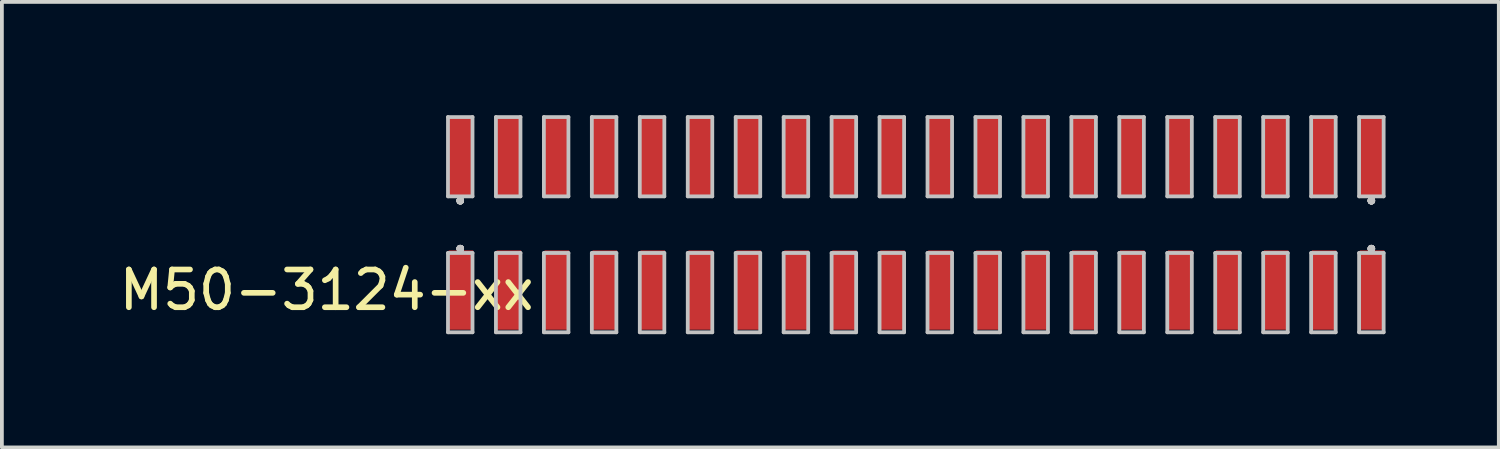
<source format=kicad_pcb>
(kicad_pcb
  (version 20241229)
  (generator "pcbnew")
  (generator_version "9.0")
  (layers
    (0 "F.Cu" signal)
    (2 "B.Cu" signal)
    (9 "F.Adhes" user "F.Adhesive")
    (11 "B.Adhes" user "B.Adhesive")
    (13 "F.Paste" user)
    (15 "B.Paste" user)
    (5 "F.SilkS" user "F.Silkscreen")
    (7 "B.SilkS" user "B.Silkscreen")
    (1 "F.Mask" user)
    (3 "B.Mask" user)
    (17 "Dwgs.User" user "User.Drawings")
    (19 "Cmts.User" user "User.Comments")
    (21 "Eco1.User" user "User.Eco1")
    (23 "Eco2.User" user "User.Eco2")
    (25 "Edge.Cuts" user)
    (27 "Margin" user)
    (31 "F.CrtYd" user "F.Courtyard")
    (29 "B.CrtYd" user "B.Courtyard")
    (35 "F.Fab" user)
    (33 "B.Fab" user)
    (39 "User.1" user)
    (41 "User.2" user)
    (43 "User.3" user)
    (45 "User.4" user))
  (footprint "M50-3124-xx"
    (layer "F.Cu")
    (at 9.157 3.616)
    (property "Reference" "M50-3124-xx" (at -3.556 1.016 0) (layer "F.SilkS") (effects (font (size 1 1) (thickness 0.15))))
    (attr through_hole)
    (fp_line (start -0.343 -3.566) (end 0.307 -3.566) (stroke (width 0.1) (type solid)) (layer "Dwgs.User"))
    (fp_line (start -0.343 -1.466) (end -0.343 -3.566) (stroke (width 0.1) (type solid)) (layer "Dwgs.User"))
    (fp_line (start -0.343 0.034) (end 0.307 0.034) (stroke (width 0.1) (type solid)) (layer "Dwgs.User"))
    (fp_line (start -0.343 2.134) (end -0.343 0.034) (stroke (width 0.1) (type solid)) (layer "Dwgs.User"))
    (fp_line (start -0.068 -1.357) (end -0.067 -1.36) (stroke (width 0.1) (type solid)) (layer "Dwgs.User"))
    (fp_line (start -0.068 -1.345) (end -0.068 -1.357) (stroke (width 0.1) (type solid)) (layer "Dwgs.User"))
    (fp_line (start -0.068 -0.087) (end -0.067 -0.09) (stroke (width 0.1) (type solid)) (layer "Dwgs.User"))
    (fp_line (start -0.068 -0.075) (end -0.068 -0.087) (stroke (width 0.1) (type solid)) (layer "Dwgs.User"))
    (fp_line (start -0.067 -1.36) (end -0.066 -1.363) (stroke (width 0.1) (type solid)) (layer "Dwgs.User"))
    (fp_line (start -0.067 -0.09) (end -0.066 -0.093) (stroke (width 0.1) (type solid)) (layer "Dwgs.User"))
    (fp_line (start -0.066 -1.366) (end -0.064 -1.369) (stroke (width 0.1) (type solid)) (layer "Dwgs.User"))
    (fp_line (start -0.066 -1.363) (end -0.066 -1.366) (stroke (width 0.1) (type solid)) (layer "Dwgs.User"))
    (fp_line (start -0.066 -1.339) (end -0.068 -1.345) (stroke (width 0.1) (type solid)) (layer "Dwgs.User"))
    (fp_line (start -0.066 -1.336) (end -0.066 -1.339) (stroke (width 0.1) (type solid)) (layer "Dwgs.User"))
    (fp_line (start -0.066 -0.096) (end -0.064 -0.099) (stroke (width 0.1) (type solid)) (layer "Dwgs.User"))
    (fp_line (start -0.066 -0.093) (end -0.066 -0.096) (stroke (width 0.1) (type solid)) (layer "Dwgs.User"))
    (fp_line (start -0.066 -0.069) (end -0.068 -0.075) (stroke (width 0.1) (type solid)) (layer "Dwgs.User"))
    (fp_line (start -0.066 -0.066) (end -0.066 -0.069) (stroke (width 0.1) (type solid)) (layer "Dwgs.User"))
    (fp_line (start -0.064 -1.369) (end -0.062 -1.375) (stroke (width 0.1) (type solid)) (layer "Dwgs.User"))
    (fp_line (start -0.064 -1.333) (end -0.066 -1.336) (stroke (width 0.1) (type solid)) (layer "Dwgs.User"))
    (fp_line (start -0.064 -0.099) (end -0.062 -0.105) (stroke (width 0.1) (type solid)) (layer "Dwgs.User"))
    (fp_line (start -0.064 -0.063) (end -0.066 -0.066) (stroke (width 0.1) (type solid)) (layer "Dwgs.User"))
    (fp_line (start -0.062 -1.375) (end -0.06 -1.378) (stroke (width 0.1) (type solid)) (layer "Dwgs.User"))
    (fp_line (start -0.062 -1.327) (end -0.064 -1.333) (stroke (width 0.1) (type solid)) (layer "Dwgs.User"))
    (fp_line (start -0.062 -0.105) (end -0.06 -0.108) (stroke (width 0.1) (type solid)) (layer "Dwgs.User"))
    (fp_line (start -0.062 -0.057) (end -0.064 -0.063) (stroke (width 0.1) (type solid)) (layer "Dwgs.User"))
    (fp_line (start -0.06 -1.378) (end -0.058 -1.38) (stroke (width 0.1) (type solid)) (layer "Dwgs.User"))
    (fp_line (start -0.06 -1.324) (end -0.062 -1.327) (stroke (width 0.1) (type solid)) (layer "Dwgs.User"))
    (fp_line (start -0.06 -0.108) (end -0.058 -0.11) (stroke (width 0.1) (type solid)) (layer "Dwgs.User"))
    (fp_line (start -0.06 -0.054) (end -0.062 -0.057) (stroke (width 0.1) (type solid)) (layer "Dwgs.User"))
    (fp_line (start -0.058 -1.38) (end -0.057 -1.383) (stroke (width 0.1) (type solid)) (layer "Dwgs.User"))
    (fp_line (start -0.058 -1.322) (end -0.06 -1.324) (stroke (width 0.1) (type solid)) (layer "Dwgs.User"))
    (fp_line (start -0.058 -0.11) (end -0.057 -0.113) (stroke (width 0.1) (type solid)) (layer "Dwgs.User"))
    (fp_line (start -0.058 -0.052) (end -0.06 -0.054) (stroke (width 0.1) (type solid)) (layer "Dwgs.User"))
    (fp_line (start -0.057 -1.383) (end -0.054 -1.385) (stroke (width 0.1) (type solid)) (layer "Dwgs.User"))
    (fp_line (start -0.057 -1.319) (end -0.058 -1.322) (stroke (width 0.1) (type solid)) (layer "Dwgs.User"))
    (fp_line (start -0.057 -0.113) (end -0.054 -0.115) (stroke (width 0.1) (type solid)) (layer "Dwgs.User"))
    (fp_line (start -0.057 -0.049) (end -0.058 -0.052) (stroke (width 0.1) (type solid)) (layer "Dwgs.User"))
    (fp_line (start -0.054 -1.385) (end -0.052 -1.387) (stroke (width 0.1) (type solid)) (layer "Dwgs.User"))
    (fp_line (start -0.054 -1.317) (end -0.057 -1.319) (stroke (width 0.1) (type solid)) (layer "Dwgs.User"))
    (fp_line (start -0.054 -0.115) (end -0.052 -0.117) (stroke (width 0.1) (type solid)) (layer "Dwgs.User"))
    (fp_line (start -0.054 -0.047) (end -0.057 -0.049) (stroke (width 0.1) (type solid)) (layer "Dwgs.User"))
    (fp_line (start -0.052 -1.387) (end -0.05 -1.39) (stroke (width 0.1) (type solid)) (layer "Dwgs.User"))
    (fp_line (start -0.052 -1.315) (end -0.054 -1.317) (stroke (width 0.1) (type solid)) (layer "Dwgs.User"))
    (fp_line (start -0.052 -0.117) (end -0.05 -0.12) (stroke (width 0.1) (type solid)) (layer "Dwgs.User"))
    (fp_line (start -0.052 -0.045) (end -0.054 -0.047) (stroke (width 0.1) (type solid)) (layer "Dwgs.User"))
    (fp_line (start -0.05 -1.39) (end -0.047 -1.391) (stroke (width 0.1) (type solid)) (layer "Dwgs.User"))
    (fp_line (start -0.05 -1.312) (end -0.052 -1.315) (stroke (width 0.1) (type solid)) (layer "Dwgs.User"))
    (fp_line (start -0.05 -0.12) (end -0.047 -0.121) (stroke (width 0.1) (type solid)) (layer "Dwgs.User"))
    (fp_line (start -0.05 -0.042) (end -0.052 -0.045) (stroke (width 0.1) (type solid)) (layer "Dwgs.User"))
    (fp_line (start -0.047 -1.391) (end -0.045 -1.393) (stroke (width 0.1) (type solid)) (layer "Dwgs.User"))
    (fp_line (start -0.047 -1.311) (end -0.05 -1.312) (stroke (width 0.1) (type solid)) (layer "Dwgs.User"))
    (fp_line (start -0.047 -0.121) (end -0.045 -0.123) (stroke (width 0.1) (type solid)) (layer "Dwgs.User"))
    (fp_line (start -0.047 -0.041) (end -0.05 -0.042) (stroke (width 0.1) (type solid)) (layer "Dwgs.User"))
    (fp_line (start -0.045 -1.393) (end -0.042 -1.395) (stroke (width 0.1) (type solid)) (layer "Dwgs.User"))
    (fp_line (start -0.045 -1.309) (end -0.047 -1.311) (stroke (width 0.1) (type solid)) (layer "Dwgs.User"))
    (fp_line (start -0.045 -0.123) (end -0.042 -0.125) (stroke (width 0.1) (type solid)) (layer "Dwgs.User"))
    (fp_line (start -0.045 -0.039) (end -0.047 -0.041) (stroke (width 0.1) (type solid)) (layer "Dwgs.User"))
    (fp_line (start -0.042 -1.395) (end -0.036 -1.397) (stroke (width 0.1) (type solid)) (layer "Dwgs.User"))
    (fp_line (start -0.042 -1.307) (end -0.045 -1.309) (stroke (width 0.1) (type solid)) (layer "Dwgs.User"))
    (fp_line (start -0.042 -0.125) (end -0.036 -0.127) (stroke (width 0.1) (type solid)) (layer "Dwgs.User"))
    (fp_line (start -0.042 -0.037) (end -0.045 -0.039) (stroke (width 0.1) (type solid)) (layer "Dwgs.User"))
    (fp_line (start -0.036 -1.397) (end -0.033 -1.399) (stroke (width 0.1) (type solid)) (layer "Dwgs.User"))
    (fp_line (start -0.036 -1.305) (end -0.042 -1.307) (stroke (width 0.1) (type solid)) (layer "Dwgs.User"))
    (fp_line (start -0.036 -0.127) (end -0.033 -0.129) (stroke (width 0.1) (type solid)) (layer "Dwgs.User"))
    (fp_line (start -0.036 -0.035) (end -0.042 -0.037) (stroke (width 0.1) (type solid)) (layer "Dwgs.User"))
    (fp_line (start -0.033 -1.399) (end -0.03 -1.399) (stroke (width 0.1) (type solid)) (layer "Dwgs.User"))
    (fp_line (start -0.033 -1.303) (end -0.036 -1.305) (stroke (width 0.1) (type solid)) (layer "Dwgs.User"))
    (fp_line (start -0.033 -0.129) (end -0.03 -0.129) (stroke (width 0.1) (type solid)) (layer "Dwgs.User"))
    (fp_line (start -0.033 -0.033) (end -0.036 -0.035) (stroke (width 0.1) (type solid)) (layer "Dwgs.User"))
    (fp_line (start -0.03 -1.399) (end -0.027 -1.4) (stroke (width 0.1) (type solid)) (layer "Dwgs.User"))
    (fp_line (start -0.03 -1.303) (end -0.033 -1.303) (stroke (width 0.1) (type solid)) (layer "Dwgs.User"))
    (fp_line (start -0.03 -0.129) (end -0.027 -0.13) (stroke (width 0.1) (type solid)) (layer "Dwgs.User"))
    (fp_line (start -0.03 -0.033) (end -0.033 -0.033) (stroke (width 0.1) (type solid)) (layer "Dwgs.User"))
    (fp_line (start -0.027 -1.4) (end -0.024 -1.401) (stroke (width 0.1) (type solid)) (layer "Dwgs.User"))
    (fp_line (start -0.027 -1.302) (end -0.03 -1.303) (stroke (width 0.1) (type solid)) (layer "Dwgs.User"))
    (fp_line (start -0.027 -0.13) (end -0.024 -0.131) (stroke (width 0.1) (type solid)) (layer "Dwgs.User"))
    (fp_line (start -0.027 -0.032) (end -0.03 -0.033) (stroke (width 0.1) (type solid)) (layer "Dwgs.User"))
    (fp_line (start -0.024 -1.401) (end -0.012 -1.401) (stroke (width 0.1) (type solid)) (layer "Dwgs.User"))
    (fp_line (start -0.024 -1.301) (end -0.027 -1.302) (stroke (width 0.1) (type solid)) (layer "Dwgs.User"))
    (fp_line (start -0.024 -0.131) (end -0.012 -0.131) (stroke (width 0.1) (type solid)) (layer "Dwgs.User"))
    (fp_line (start -0.024 -0.031) (end -0.027 -0.032) (stroke (width 0.1) (type solid)) (layer "Dwgs.User"))
    (fp_line (start -0.012 -1.401) (end -0.009 -1.4) (stroke (width 0.1) (type solid)) (layer "Dwgs.User"))
    (fp_line (start -0.012 -1.301) (end -0.024 -1.301) (stroke (width 0.1) (type solid)) (layer "Dwgs.User"))
    (fp_line (start -0.012 -0.131) (end -0.009 -0.13) (stroke (width 0.1) (type solid)) (layer "Dwgs.User"))
    (fp_line (start -0.012 -0.031) (end -0.024 -0.031) (stroke (width 0.1) (type solid)) (layer "Dwgs.User"))
    (fp_line (start -0.009 -1.4) (end -0.006 -1.399) (stroke (width 0.1) (type solid)) (layer "Dwgs.User"))
    (fp_line (start -0.009 -1.302) (end -0.012 -1.301) (stroke (width 0.1) (type solid)) (layer "Dwgs.User"))
    (fp_line (start -0.009 -0.13) (end -0.006 -0.129) (stroke (width 0.1) (type solid)) (layer "Dwgs.User"))
    (fp_line (start -0.009 -0.032) (end -0.012 -0.031) (stroke (width 0.1) (type solid)) (layer "Dwgs.User"))
    (fp_line (start -0.006 -1.399) (end -0.003 -1.399) (stroke (width 0.1) (type solid)) (layer "Dwgs.User"))
    (fp_line (start -0.006 -1.303) (end -0.009 -1.302) (stroke (width 0.1) (type solid)) (layer "Dwgs.User"))
    (fp_line (start -0.006 -0.129) (end -0.003 -0.129) (stroke (width 0.1) (type solid)) (layer "Dwgs.User"))
    (fp_line (start -0.006 -0.033) (end -0.009 -0.032) (stroke (width 0.1) (type solid)) (layer "Dwgs.User"))
    (fp_line (start -0.003 -1.399) (end 0.0001 -1.397) (stroke (width 0.1) (type solid)) (layer "Dwgs.User"))
    (fp_line (start -0.003 -1.303) (end -0.006 -1.303) (stroke (width 0.1) (type solid)) (layer "Dwgs.User"))
    (fp_line (start -0.003 -0.129) (end 0.0001 -0.127) (stroke (width 0.1) (type solid)) (layer "Dwgs.User"))
    (fp_line (start -0.003 -0.033) (end -0.006 -0.033) (stroke (width 0.1) (type solid)) (layer "Dwgs.User"))
    (fp_line (start 0.0001 -1.397) (end 0.006 -1.395) (stroke (width 0.1) (type solid)) (layer "Dwgs.User"))
    (fp_line (start 0.0001 -1.305) (end -0.003 -1.303) (stroke (width 0.1) (type solid)) (layer "Dwgs.User"))
    (fp_line (start 0.0001 -0.127) (end 0.006 -0.125) (stroke (width 0.1) (type solid)) (layer "Dwgs.User"))
    (fp_line (start 0.0001 -0.035) (end -0.003 -0.033) (stroke (width 0.1) (type solid)) (layer "Dwgs.User"))
    (fp_line (start 0.006 -1.395) (end 0.009 -1.393) (stroke (width 0.1) (type solid)) (layer "Dwgs.User"))
    (fp_line (start 0.006 -1.307) (end 0.0001 -1.305) (stroke (width 0.1) (type solid)) (layer "Dwgs.User"))
    (fp_line (start 0.006 -0.125) (end 0.009 -0.123) (stroke (width 0.1) (type solid)) (layer "Dwgs.User"))
    (fp_line (start 0.006 -0.037) (end 0.0001 -0.035) (stroke (width 0.1) (type solid)) (layer "Dwgs.User"))
    (fp_line (start 0.009 -1.393) (end 0.011 -1.391) (stroke (width 0.1) (type solid)) (layer "Dwgs.User"))
    (fp_line (start 0.009 -1.309) (end 0.006 -1.307) (stroke (width 0.1) (type solid)) (layer "Dwgs.User"))
    (fp_line (start 0.009 -0.123) (end 0.011 -0.121) (stroke (width 0.1) (type solid)) (layer "Dwgs.User"))
    (fp_line (start 0.009 -0.039) (end 0.006 -0.037) (stroke (width 0.1) (type solid)) (layer "Dwgs.User"))
    (fp_line (start 0.011 -1.391) (end 0.014 -1.39) (stroke (width 0.1) (type solid)) (layer "Dwgs.User"))
    (fp_line (start 0.011 -1.311) (end 0.009 -1.309) (stroke (width 0.1) (type solid)) (layer "Dwgs.User"))
    (fp_line (start 0.011 -0.121) (end 0.014 -0.12) (stroke (width 0.1) (type solid)) (layer "Dwgs.User"))
    (fp_line (start 0.011 -0.041) (end 0.009 -0.039) (stroke (width 0.1) (type solid)) (layer "Dwgs.User"))
    (fp_line (start 0.014 -1.39) (end 0.016 -1.387) (stroke (width 0.1) (type solid)) (layer "Dwgs.User"))
    (fp_line (start 0.014 -1.312) (end 0.011 -1.311) (stroke (width 0.1) (type solid)) (layer "Dwgs.User"))
    (fp_line (start 0.014 -0.12) (end 0.016 -0.117) (stroke (width 0.1) (type solid)) (layer "Dwgs.User"))
    (fp_line (start 0.014 -0.042) (end 0.011 -0.041) (stroke (width 0.1) (type solid)) (layer "Dwgs.User"))
    (fp_line (start 0.016 -1.387) (end 0.018 -1.385) (stroke (width 0.1) (type solid)) (layer "Dwgs.User"))
    (fp_line (start 0.016 -1.315) (end 0.014 -1.312) (stroke (width 0.1) (type solid)) (layer "Dwgs.User"))
    (fp_line (start 0.016 -0.117) (end 0.018 -0.115) (stroke (width 0.1) (type solid)) (layer "Dwgs.User"))
    (fp_line (start 0.016 -0.045) (end 0.014 -0.042) (stroke (width 0.1) (type solid)) (layer "Dwgs.User"))
    (fp_line (start 0.018 -1.385) (end 0.021 -1.383) (stroke (width 0.1) (type solid)) (layer "Dwgs.User"))
    (fp_line (start 0.018 -1.317) (end 0.016 -1.315) (stroke (width 0.1) (type solid)) (layer "Dwgs.User"))
    (fp_line (start 0.018 -0.115) (end 0.021 -0.113) (stroke (width 0.1) (type solid)) (layer "Dwgs.User"))
    (fp_line (start 0.018 -0.047) (end 0.016 -0.045) (stroke (width 0.1) (type solid)) (layer "Dwgs.User"))
    (fp_line (start 0.021 -1.383) (end 0.022 -1.38) (stroke (width 0.1) (type solid)) (layer "Dwgs.User"))
    (fp_line (start 0.021 -1.319) (end 0.018 -1.317) (stroke (width 0.1) (type solid)) (layer "Dwgs.User"))
    (fp_line (start 0.021 -0.113) (end 0.022 -0.11) (stroke (width 0.1) (type solid)) (layer "Dwgs.User"))
    (fp_line (start 0.021 -0.049) (end 0.018 -0.047) (stroke (width 0.1) (type solid)) (layer "Dwgs.User"))
    (fp_line (start 0.022 -1.38) (end 0.024 -1.378) (stroke (width 0.1) (type solid)) (layer "Dwgs.User"))
    (fp_line (start 0.022 -1.322) (end 0.021 -1.319) (stroke (width 0.1) (type solid)) (layer "Dwgs.User"))
    (fp_line (start 0.022 -0.11) (end 0.024 -0.108) (stroke (width 0.1) (type solid)) (layer "Dwgs.User"))
    (fp_line (start 0.022 -0.052) (end 0.021 -0.049) (stroke (width 0.1) (type solid)) (layer "Dwgs.User"))
    (fp_line (start 0.024 -1.378) (end 0.026 -1.375) (stroke (width 0.1) (type solid)) (layer "Dwgs.User"))
    (fp_line (start 0.024 -1.324) (end 0.022 -1.322) (stroke (width 0.1) (type solid)) (layer "Dwgs.User"))
    (fp_line (start 0.024 -0.108) (end 0.026 -0.105) (stroke (width 0.1) (type solid)) (layer "Dwgs.User"))
    (fp_line (start 0.024 -0.054) (end 0.022 -0.052) (stroke (width 0.1) (type solid)) (layer "Dwgs.User"))
    (fp_line (start 0.026 -1.375) (end 0.028 -1.369) (stroke (width 0.1) (type solid)) (layer "Dwgs.User"))
    (fp_line (start 0.026 -1.327) (end 0.024 -1.324) (stroke (width 0.1) (type solid)) (layer "Dwgs.User"))
    (fp_line (start 0.026 -0.105) (end 0.028 -0.099) (stroke (width 0.1) (type solid)) (layer "Dwgs.User"))
    (fp_line (start 0.026 -0.057) (end 0.024 -0.054) (stroke (width 0.1) (type solid)) (layer "Dwgs.User"))
    (fp_line (start 0.028 -1.369) (end 0.03 -1.366) (stroke (width 0.1) (type solid)) (layer "Dwgs.User"))
    (fp_line (start 0.028 -1.333) (end 0.026 -1.327) (stroke (width 0.1) (type solid)) (layer "Dwgs.User"))
    (fp_line (start 0.028 -0.099) (end 0.03 -0.096) (stroke (width 0.1) (type solid)) (layer "Dwgs.User"))
    (fp_line (start 0.028 -0.063) (end 0.026 -0.057) (stroke (width 0.1) (type solid)) (layer "Dwgs.User"))
    (fp_line (start 0.03 -1.366) (end 0.03 -1.363) (stroke (width 0.1) (type solid)) (layer "Dwgs.User"))
    (fp_line (start 0.03 -1.363) (end 0.031 -1.36) (stroke (width 0.1) (type solid)) (layer "Dwgs.User"))
    (fp_line (start 0.03 -1.339) (end 0.03 -1.336) (stroke (width 0.1) (type solid)) (layer "Dwgs.User"))
    (fp_line (start 0.03 -1.336) (end 0.028 -1.333) (stroke (width 0.1) (type solid)) (layer "Dwgs.User"))
    (fp_line (start 0.03 -0.096) (end 0.03 -0.093) (stroke (width 0.1) (type solid)) (layer "Dwgs.User"))
    (fp_line (start 0.03 -0.093) (end 0.031 -0.09) (stroke (width 0.1) (type solid)) (layer "Dwgs.User"))
    (fp_line (start 0.03 -0.069) (end 0.03 -0.066) (stroke (width 0.1) (type solid)) (layer "Dwgs.User"))
    (fp_line (start 0.03 -0.066) (end 0.028 -0.063) (stroke (width 0.1) (type solid)) (layer "Dwgs.User"))
    (fp_line (start 0.031 -1.36) (end 0.032 -1.357) (stroke (width 0.1) (type solid)) (layer "Dwgs.User"))
    (fp_line (start 0.031 -0.09) (end 0.032 -0.087) (stroke (width 0.1) (type solid)) (layer "Dwgs.User"))
    (fp_line (start 0.032 -1.357) (end 0.032 -1.345) (stroke (width 0.1) (type solid)) (layer "Dwgs.User"))
    (fp_line (start 0.032 -1.345) (end 0.03 -1.339) (stroke (width 0.1) (type solid)) (layer "Dwgs.User"))
    (fp_line (start 0.032 -0.087) (end 0.032 -0.075) (stroke (width 0.1) (type solid)) (layer "Dwgs.User"))
    (fp_line (start 0.032 -0.075) (end 0.03 -0.069) (stroke (width 0.1) (type solid)) (layer "Dwgs.User"))
    (fp_line (start 0.307 -3.566) (end 0.307 -1.466) (stroke (width 0.1) (type solid)) (layer "Dwgs.User"))
    (fp_line (start 0.307 -1.466) (end -0.343 -1.466) (stroke (width 0.1) (type solid)) (layer "Dwgs.User"))
    (fp_line (start 0.307 0.034) (end 0.307 2.134) (stroke (width 0.1) (type solid)) (layer "Dwgs.User"))
    (fp_line (start 0.307 2.134) (end -0.343 2.134) (stroke (width 0.1) (type solid)) (layer "Dwgs.User"))
    (fp_line (start 0.927 -3.566) (end 1.577 -3.566) (stroke (width 0.1) (type solid)) (layer "Dwgs.User"))
    (fp_line (start 0.927 -1.466) (end 0.927 -3.566) (stroke (width 0.1) (type solid)) (layer "Dwgs.User"))
    (fp_line (start 0.927 0.034) (end 1.577 0.034) (stroke (width 0.1) (type solid)) (layer "Dwgs.User"))
    (fp_line (start 0.927 2.134) (end 0.927 0.034) (stroke (width 0.1) (type solid)) (layer "Dwgs.User"))
    (fp_line (start 1.577 -3.566) (end 1.577 -1.466) (stroke (width 0.1) (type solid)) (layer "Dwgs.User"))
    (fp_line (start 1.577 -1.466) (end 0.927 -1.466) (stroke (width 0.1) (type solid)) (layer "Dwgs.User"))
    (fp_line (start 1.577 0.034) (end 1.577 2.134) (stroke (width 0.1) (type solid)) (layer "Dwgs.User"))
    (fp_line (start 1.577 2.134) (end 0.927 2.134) (stroke (width 0.1) (type solid)) (layer "Dwgs.User"))
    (fp_line (start 2.197 -3.566) (end 2.847 -3.566) (stroke (width 0.1) (type solid)) (layer "Dwgs.User"))
    (fp_line (start 2.197 -1.466) (end 2.197 -3.566) (stroke (width 0.1) (type solid)) (layer "Dwgs.User"))
    (fp_line (start 2.197 0.034) (end 2.847 0.034) (stroke (width 0.1) (type solid)) (layer "Dwgs.User"))
    (fp_line (start 2.197 2.134) (end 2.197 0.034) (stroke (width 0.1) (type solid)) (layer "Dwgs.User"))
    (fp_line (start 2.847 -3.566) (end 2.847 -1.466) (stroke (width 0.1) (type solid)) (layer "Dwgs.User"))
    (fp_line (start 2.847 -1.466) (end 2.197 -1.466) (stroke (width 0.1) (type solid)) (layer "Dwgs.User"))
    (fp_line (start 2.847 0.034) (end 2.847 2.134) (stroke (width 0.1) (type solid)) (layer "Dwgs.User"))
    (fp_line (start 2.847 2.134) (end 2.197 2.134) (stroke (width 0.1) (type solid)) (layer "Dwgs.User"))
    (fp_line (start 3.467 -3.566) (end 4.117 -3.566) (stroke (width 0.1) (type solid)) (layer "Dwgs.User"))
    (fp_line (start 3.467 -1.466) (end 3.467 -3.566) (stroke (width 0.1) (type solid)) (layer "Dwgs.User"))
    (fp_line (start 3.467 0.034) (end 4.117 0.034) (stroke (width 0.1) (type solid)) (layer "Dwgs.User"))
    (fp_line (start 3.467 2.134) (end 3.467 0.034) (stroke (width 0.1) (type solid)) (layer "Dwgs.User"))
    (fp_line (start 4.117 -3.566) (end 4.117 -1.466) (stroke (width 0.1) (type solid)) (layer "Dwgs.User"))
    (fp_line (start 4.117 -1.466) (end 3.467 -1.466) (stroke (width 0.1) (type solid)) (layer "Dwgs.User"))
    (fp_line (start 4.117 0.034) (end 4.117 2.134) (stroke (width 0.1) (type solid)) (layer "Dwgs.User"))
    (fp_line (start 4.117 2.134) (end 3.467 2.134) (stroke (width 0.1) (type solid)) (layer "Dwgs.User"))
    (fp_line (start 4.737 -3.566) (end 5.387 -3.566) (stroke (width 0.1) (type solid)) (layer "Dwgs.User"))
    (fp_line (start 4.737 -1.466) (end 4.737 -3.566) (stroke (width 0.1) (type solid)) (layer "Dwgs.User"))
    (fp_line (start 4.737 0.034) (end 5.387 0.034) (stroke (width 0.1) (type solid)) (layer "Dwgs.User"))
    (fp_line (start 4.737 2.134) (end 4.737 0.034) (stroke (width 0.1) (type solid)) (layer "Dwgs.User"))
    (fp_line (start 5.387 -3.566) (end 5.387 -1.466) (stroke (width 0.1) (type solid)) (layer "Dwgs.User"))
    (fp_line (start 5.387 -1.466) (end 4.737 -1.466) (stroke (width 0.1) (type solid)) (layer "Dwgs.User"))
    (fp_line (start 5.387 0.034) (end 5.387 2.134) (stroke (width 0.1) (type solid)) (layer "Dwgs.User"))
    (fp_line (start 5.387 2.134) (end 4.737 2.134) (stroke (width 0.1) (type solid)) (layer "Dwgs.User"))
    (fp_line (start 6.007 -3.566) (end 6.657 -3.566) (stroke (width 0.1) (type solid)) (layer "Dwgs.User"))
    (fp_line (start 6.007 -1.466) (end 6.007 -3.566) (stroke (width 0.1) (type solid)) (layer "Dwgs.User"))
    (fp_line (start 6.007 0.034) (end 6.657 0.034) (stroke (width 0.1) (type solid)) (layer "Dwgs.User"))
    (fp_line (start 6.007 2.134) (end 6.007 0.034) (stroke (width 0.1) (type solid)) (layer "Dwgs.User"))
    (fp_line (start 6.657 -3.566) (end 6.657 -1.466) (stroke (width 0.1) (type solid)) (layer "Dwgs.User"))
    (fp_line (start 6.657 -1.466) (end 6.007 -1.466) (stroke (width 0.1) (type solid)) (layer "Dwgs.User"))
    (fp_line (start 6.657 0.034) (end 6.657 2.134) (stroke (width 0.1) (type solid)) (layer "Dwgs.User"))
    (fp_line (start 6.657 2.134) (end 6.007 2.134) (stroke (width 0.1) (type solid)) (layer "Dwgs.User"))
    (fp_line (start 7.277 -3.566) (end 7.927 -3.566) (stroke (width 0.1) (type solid)) (layer "Dwgs.User"))
    (fp_line (start 7.277 -1.466) (end 7.277 -3.566) (stroke (width 0.1) (type solid)) (layer "Dwgs.User"))
    (fp_line (start 7.277 0.034) (end 7.927 0.034) (stroke (width 0.1) (type solid)) (layer "Dwgs.User"))
    (fp_line (start 7.277 2.134) (end 7.277 0.034) (stroke (width 0.1) (type solid)) (layer "Dwgs.User"))
    (fp_line (start 7.927 -3.566) (end 7.927 -1.466) (stroke (width 0.1) (type solid)) (layer "Dwgs.User"))
    (fp_line (start 7.927 -1.466) (end 7.277 -1.466) (stroke (width 0.1) (type solid)) (layer "Dwgs.User"))
    (fp_line (start 7.927 0.034) (end 7.927 2.134) (stroke (width 0.1) (type solid)) (layer "Dwgs.User"))
    (fp_line (start 7.927 2.134) (end 7.277 2.134) (stroke (width 0.1) (type solid)) (layer "Dwgs.User"))
    (fp_line (start 8.547 -3.566) (end 9.197 -3.566) (stroke (width 0.1) (type solid)) (layer "Dwgs.User"))
    (fp_line (start 8.547 -1.466) (end 8.547 -3.566) (stroke (width 0.1) (type solid)) (layer "Dwgs.User"))
    (fp_line (start 8.547 0.034) (end 9.197 0.034) (stroke (width 0.1) (type solid)) (layer "Dwgs.User"))
    (fp_line (start 8.547 2.134) (end 8.547 0.034) (stroke (width 0.1) (type solid)) (layer "Dwgs.User"))
    (fp_line (start 9.197 -3.566) (end 9.197 -1.466) (stroke (width 0.1) (type solid)) (layer "Dwgs.User"))
    (fp_line (start 9.197 -1.466) (end 8.547 -1.466) (stroke (width 0.1) (type solid)) (layer "Dwgs.User"))
    (fp_line (start 9.197 0.034) (end 9.197 2.134) (stroke (width 0.1) (type solid)) (layer "Dwgs.User"))
    (fp_line (start 9.197 2.134) (end 8.547 2.134) (stroke (width 0.1) (type solid)) (layer "Dwgs.User"))
    (fp_line (start 9.817 -3.566) (end 10.467 -3.566) (stroke (width 0.1) (type solid)) (layer "Dwgs.User"))
    (fp_line (start 9.817 -1.466) (end 9.817 -3.566) (stroke (width 0.1) (type solid)) (layer "Dwgs.User"))
    (fp_line (start 9.817 0.034) (end 10.467 0.034) (stroke (width 0.1) (type solid)) (layer "Dwgs.User"))
    (fp_line (start 9.817 2.134) (end 9.817 0.034) (stroke (width 0.1) (type solid)) (layer "Dwgs.User"))
    (fp_line (start 10.467 -3.566) (end 10.467 -1.466) (stroke (width 0.1) (type solid)) (layer "Dwgs.User"))
    (fp_line (start 10.467 -1.466) (end 9.817 -1.466) (stroke (width 0.1) (type solid)) (layer "Dwgs.User"))
    (fp_line (start 10.467 0.034) (end 10.467 2.134) (stroke (width 0.1) (type solid)) (layer "Dwgs.User"))
    (fp_line (start 10.467 2.134) (end 9.817 2.134) (stroke (width 0.1) (type solid)) (layer "Dwgs.User"))
    (fp_line (start 11.087 -3.566) (end 11.737 -3.566) (stroke (width 0.1) (type solid)) (layer "Dwgs.User"))
    (fp_line (start 11.087 -1.466) (end 11.087 -3.566) (stroke (width 0.1) (type solid)) (layer "Dwgs.User"))
    (fp_line (start 11.087 0.034) (end 11.737 0.034) (stroke (width 0.1) (type solid)) (layer "Dwgs.User"))
    (fp_line (start 11.087 2.134) (end 11.087 0.034) (stroke (width 0.1) (type solid)) (layer "Dwgs.User"))
    (fp_line (start 11.737 -3.566) (end 11.737 -1.466) (stroke (width 0.1) (type solid)) (layer "Dwgs.User"))
    (fp_line (start 11.737 -1.466) (end 11.087 -1.466) (stroke (width 0.1) (type solid)) (layer "Dwgs.User"))
    (fp_line (start 11.737 0.034) (end 11.737 2.134) (stroke (width 0.1) (type solid)) (layer "Dwgs.User"))
    (fp_line (start 11.737 2.134) (end 11.087 2.134) (stroke (width 0.1) (type solid)) (layer "Dwgs.User"))
    (fp_line (start 12.357 -3.566) (end 13.007 -3.566) (stroke (width 0.1) (type solid)) (layer "Dwgs.User"))
    (fp_line (start 12.357 -1.466) (end 12.357 -3.566) (stroke (width 0.1) (type solid)) (layer "Dwgs.User"))
    (fp_line (start 12.357 0.034) (end 13.007 0.034) (stroke (width 0.1) (type solid)) (layer "Dwgs.User"))
    (fp_line (start 12.357 2.134) (end 12.357 0.034) (stroke (width 0.1) (type solid)) (layer "Dwgs.User"))
    (fp_line (start 13.007 -3.566) (end 13.007 -1.466) (stroke (width 0.1) (type solid)) (layer "Dwgs.User"))
    (fp_line (start 13.007 -1.466) (end 12.357 -1.466) (stroke (width 0.1) (type solid)) (layer "Dwgs.User"))
    (fp_line (start 13.007 0.034) (end 13.007 2.134) (stroke (width 0.1) (type solid)) (layer "Dwgs.User"))
    (fp_line (start 13.007 2.134) (end 12.357 2.134) (stroke (width 0.1) (type solid)) (layer "Dwgs.User"))
    (fp_line (start 13.627 -3.566) (end 14.277 -3.566) (stroke (width 0.1) (type solid)) (layer "Dwgs.User"))
    (fp_line (start 13.627 -1.466) (end 13.627 -3.566) (stroke (width 0.1) (type solid)) (layer "Dwgs.User"))
    (fp_line (start 13.627 0.034) (end 14.277 0.034) (stroke (width 0.1) (type solid)) (layer "Dwgs.User"))
    (fp_line (start 13.627 2.134) (end 13.627 0.034) (stroke (width 0.1) (type solid)) (layer "Dwgs.User"))
    (fp_line (start 14.277 -3.566) (end 14.277 -1.466) (stroke (width 0.1) (type solid)) (layer "Dwgs.User"))
    (fp_line (start 14.277 -1.466) (end 13.627 -1.466) (stroke (width 0.1) (type solid)) (layer "Dwgs.User"))
    (fp_line (start 14.277 0.034) (end 14.277 2.134) (stroke (width 0.1) (type solid)) (layer "Dwgs.User"))
    (fp_line (start 14.277 2.134) (end 13.627 2.134) (stroke (width 0.1) (type solid)) (layer "Dwgs.User"))
    (fp_line (start 14.897 -3.566) (end 15.547 -3.566) (stroke (width 0.1) (type solid)) (layer "Dwgs.User"))
    (fp_line (start 14.897 -1.466) (end 14.897 -3.566) (stroke (width 0.1) (type solid)) (layer "Dwgs.User"))
    (fp_line (start 14.897 0.034) (end 15.547 0.034) (stroke (width 0.1) (type solid)) (layer "Dwgs.User"))
    (fp_line (start 14.897 2.134) (end 14.897 0.034) (stroke (width 0.1) (type solid)) (layer "Dwgs.User"))
    (fp_line (start 15.547 -3.566) (end 15.547 -1.466) (stroke (width 0.1) (type solid)) (layer "Dwgs.User"))
    (fp_line (start 15.547 -1.466) (end 14.897 -1.466) (stroke (width 0.1) (type solid)) (layer "Dwgs.User"))
    (fp_line (start 15.547 0.034) (end 15.547 2.134) (stroke (width 0.1) (type solid)) (layer "Dwgs.User"))
    (fp_line (start 15.547 2.134) (end 14.897 2.134) (stroke (width 0.1) (type solid)) (layer "Dwgs.User"))
    (fp_line (start 16.167 -3.566) (end 16.817 -3.566) (stroke (width 0.1) (type solid)) (layer "Dwgs.User"))
    (fp_line (start 16.167 -1.466) (end 16.167 -3.566) (stroke (width 0.1) (type solid)) (layer "Dwgs.User"))
    (fp_line (start 16.167 0.034) (end 16.817 0.034) (stroke (width 0.1) (type solid)) (layer "Dwgs.User"))
    (fp_line (start 16.167 2.134) (end 16.167 0.034) (stroke (width 0.1) (type solid)) (layer "Dwgs.User"))
    (fp_line (start 16.817 -3.566) (end 16.817 -1.466) (stroke (width 0.1) (type solid)) (layer "Dwgs.User"))
    (fp_line (start 16.817 -1.466) (end 16.167 -1.466) (stroke (width 0.1) (type solid)) (layer "Dwgs.User"))
    (fp_line (start 16.817 0.034) (end 16.817 2.134) (stroke (width 0.1) (type solid)) (layer "Dwgs.User"))
    (fp_line (start 16.817 2.134) (end 16.167 2.134) (stroke (width 0.1) (type solid)) (layer "Dwgs.User"))
    (fp_line (start 17.437 -3.566) (end 18.087 -3.566) (stroke (width 0.1) (type solid)) (layer "Dwgs.User"))
    (fp_line (start 17.437 -1.466) (end 17.437 -3.566) (stroke (width 0.1) (type solid)) (layer "Dwgs.User"))
    (fp_line (start 17.437 0.034) (end 18.087 0.034) (stroke (width 0.1) (type solid)) (layer "Dwgs.User"))
    (fp_line (start 17.437 2.134) (end 17.437 0.034) (stroke (width 0.1) (type solid)) (layer "Dwgs.User"))
    (fp_line (start 18.087 -3.566) (end 18.087 -1.466) (stroke (width 0.1) (type solid)) (layer "Dwgs.User"))
    (fp_line (start 18.087 -1.466) (end 17.437 -1.466) (stroke (width 0.1) (type solid)) (layer "Dwgs.User"))
    (fp_line (start 18.087 0.034) (end 18.087 2.134) (stroke (width 0.1) (type solid)) (layer "Dwgs.User"))
    (fp_line (start 18.087 2.134) (end 17.437 2.134) (stroke (width 0.1) (type solid)) (layer "Dwgs.User"))
    (fp_line (start 18.707 -3.566) (end 19.357 -3.566) (stroke (width 0.1) (type solid)) (layer "Dwgs.User"))
    (fp_line (start 18.707 -1.466) (end 18.707 -3.566) (stroke (width 0.1) (type solid)) (layer "Dwgs.User"))
    (fp_line (start 18.707 0.034) (end 19.357 0.034) (stroke (width 0.1) (type solid)) (layer "Dwgs.User"))
    (fp_line (start 18.707 2.134) (end 18.707 0.034) (stroke (width 0.1) (type solid)) (layer "Dwgs.User"))
    (fp_line (start 19.357 -3.566) (end 19.357 -1.466) (stroke (width 0.1) (type solid)) (layer "Dwgs.User"))
    (fp_line (start 19.357 -1.466) (end 18.707 -1.466) (stroke (width 0.1) (type solid)) (layer "Dwgs.User"))
    (fp_line (start 19.357 0.034) (end 19.357 2.134) (stroke (width 0.1) (type solid)) (layer "Dwgs.User"))
    (fp_line (start 19.357 2.134) (end 18.707 2.134) (stroke (width 0.1) (type solid)) (layer "Dwgs.User"))
    (fp_line (start 19.977 -3.566) (end 20.627 -3.566) (stroke (width 0.1) (type solid)) (layer "Dwgs.User"))
    (fp_line (start 19.977 -1.466) (end 19.977 -3.566) (stroke (width 0.1) (type solid)) (layer "Dwgs.User"))
    (fp_line (start 19.977 0.034) (end 20.627 0.034) (stroke (width 0.1) (type solid)) (layer "Dwgs.User"))
    (fp_line (start 19.977 2.134) (end 19.977 0.034) (stroke (width 0.1) (type solid)) (layer "Dwgs.User"))
    (fp_line (start 20.627 -3.566) (end 20.627 -1.466) (stroke (width 0.1) (type solid)) (layer "Dwgs.User"))
    (fp_line (start 20.627 -1.466) (end 19.977 -1.466) (stroke (width 0.1) (type solid)) (layer "Dwgs.User"))
    (fp_line (start 20.627 0.034) (end 20.627 2.134) (stroke (width 0.1) (type solid)) (layer "Dwgs.User"))
    (fp_line (start 20.627 2.134) (end 19.977 2.134) (stroke (width 0.1) (type solid)) (layer "Dwgs.User"))
    (fp_line (start 21.247 -3.566) (end 21.897 -3.566) (stroke (width 0.1) (type solid)) (layer "Dwgs.User"))
    (fp_line (start 21.247 -1.466) (end 21.247 -3.566) (stroke (width 0.1) (type solid)) (layer "Dwgs.User"))
    (fp_line (start 21.247 0.034) (end 21.897 0.034) (stroke (width 0.1) (type solid)) (layer "Dwgs.User"))
    (fp_line (start 21.247 2.134) (end 21.247 0.034) (stroke (width 0.1) (type solid)) (layer "Dwgs.User"))
    (fp_line (start 21.897 -3.566) (end 21.897 -1.466) (stroke (width 0.1) (type solid)) (layer "Dwgs.User"))
    (fp_line (start 21.897 -1.466) (end 21.247 -1.466) (stroke (width 0.1) (type solid)) (layer "Dwgs.User"))
    (fp_line (start 21.897 0.034) (end 21.897 2.134) (stroke (width 0.1) (type solid)) (layer "Dwgs.User"))
    (fp_line (start 21.897 2.134) (end 21.247 2.134) (stroke (width 0.1) (type solid)) (layer "Dwgs.User"))
    (fp_line (start 22.517 -3.566) (end 23.167 -3.566) (stroke (width 0.1) (type solid)) (layer "Dwgs.User"))
    (fp_line (start 22.517 -1.466) (end 22.517 -3.566) (stroke (width 0.1) (type solid)) (layer "Dwgs.User"))
    (fp_line (start 22.517 0.034) (end 23.167 0.034) (stroke (width 0.1) (type solid)) (layer "Dwgs.User"))
    (fp_line (start 22.517 2.134) (end 22.517 0.034) (stroke (width 0.1) (type solid)) (layer "Dwgs.User"))
    (fp_line (start 23.167 -3.566) (end 23.167 -1.466) (stroke (width 0.1) (type solid)) (layer "Dwgs.User"))
    (fp_line (start 23.167 -1.466) (end 22.517 -1.466) (stroke (width 0.1) (type solid)) (layer "Dwgs.User"))
    (fp_line (start 23.167 0.034) (end 23.167 2.134) (stroke (width 0.1) (type solid)) (layer "Dwgs.User"))
    (fp_line (start 23.167 2.134) (end 22.517 2.134) (stroke (width 0.1) (type solid)) (layer "Dwgs.User"))
    (fp_line (start 23.787 -3.566) (end 24.437 -3.566) (stroke (width 0.1) (type solid)) (layer "Dwgs.User"))
    (fp_line (start 23.787 -1.466) (end 23.787 -3.566) (stroke (width 0.1) (type solid)) (layer "Dwgs.User"))
    (fp_line (start 23.787 0.034) (end 24.437 0.034) (stroke (width 0.1) (type solid)) (layer "Dwgs.User"))
    (fp_line (start 23.787 2.134) (end 23.787 0.034) (stroke (width 0.1) (type solid)) (layer "Dwgs.User"))
    (fp_line (start 24.062 -1.357) (end 24.063 -1.36) (stroke (width 0.1) (type solid)) (layer "Dwgs.User"))
    (fp_line (start 24.062 -1.345) (end 24.062 -1.357) (stroke (width 0.1) (type solid)) (layer "Dwgs.User"))
    (fp_line (start 24.062 -0.087) (end 24.063 -0.09) (stroke (width 0.1) (type solid)) (layer "Dwgs.User"))
    (fp_line (start 24.062 -0.075) (end 24.062 -0.087) (stroke (width 0.1) (type solid)) (layer "Dwgs.User"))
    (fp_line (start 24.063 -1.36) (end 24.064 -1.363) (stroke (width 0.1) (type solid)) (layer "Dwgs.User"))
    (fp_line (start 24.063 -1.342) (end 24.062 -1.345) (stroke (width 0.1) (type solid)) (layer "Dwgs.User"))
    (fp_line (start 24.063 -0.09) (end 24.064 -0.093) (stroke (width 0.1) (type solid)) (layer "Dwgs.User"))
    (fp_line (start 24.063 -0.072) (end 24.062 -0.075) (stroke (width 0.1) (type solid)) (layer "Dwgs.User"))
    (fp_line (start 24.064 -1.366) (end 24.066 -1.369) (stroke (width 0.1) (type solid)) (layer "Dwgs.User"))
    (fp_line (start 24.064 -1.363) (end 24.064 -1.366) (stroke (width 0.1) (type solid)) (layer "Dwgs.User"))
    (fp_line (start 24.064 -1.339) (end 24.063 -1.342) (stroke (width 0.1) (type solid)) (layer "Dwgs.User"))
    (fp_line (start 24.064 -1.336) (end 24.064 -1.339) (stroke (width 0.1) (type solid)) (layer "Dwgs.User"))
    (fp_line (start 24.064 -0.096) (end 24.066 -0.099) (stroke (width 0.1) (type solid)) (layer "Dwgs.User"))
    (fp_line (start 24.064 -0.093) (end 24.064 -0.096) (stroke (width 0.1) (type solid)) (layer "Dwgs.User"))
    (fp_line (start 24.064 -0.069) (end 24.063 -0.072) (stroke (width 0.1) (type solid)) (layer "Dwgs.User"))
    (fp_line (start 24.064 -0.066) (end 24.064 -0.069) (stroke (width 0.1) (type solid)) (layer "Dwgs.User"))
    (fp_line (start 24.066 -1.369) (end 24.068 -1.375) (stroke (width 0.1) (type solid)) (layer "Dwgs.User"))
    (fp_line (start 24.066 -1.333) (end 24.064 -1.336) (stroke (width 0.1) (type solid)) (layer "Dwgs.User"))
    (fp_line (start 24.066 -0.099) (end 24.068 -0.105) (stroke (width 0.1) (type solid)) (layer "Dwgs.User"))
    (fp_line (start 24.066 -0.063) (end 24.064 -0.066) (stroke (width 0.1) (type solid)) (layer "Dwgs.User"))
    (fp_line (start 24.068 -1.375) (end 24.07 -1.378) (stroke (width 0.1) (type solid)) (layer "Dwgs.User"))
    (fp_line (start 24.068 -1.327) (end 24.066 -1.333) (stroke (width 0.1) (type solid)) (layer "Dwgs.User"))
    (fp_line (start 24.068 -0.105) (end 24.07 -0.108) (stroke (width 0.1) (type solid)) (layer "Dwgs.User"))
    (fp_line (start 24.068 -0.057) (end 24.066 -0.063) (stroke (width 0.1) (type solid)) (layer "Dwgs.User"))
    (fp_line (start 24.07 -1.378) (end 24.072 -1.38) (stroke (width 0.1) (type solid)) (layer "Dwgs.User"))
    (fp_line (start 24.07 -1.324) (end 24.068 -1.327) (stroke (width 0.1) (type solid)) (layer "Dwgs.User"))
    (fp_line (start 24.07 -0.108) (end 24.072 -0.11) (stroke (width 0.1) (type solid)) (layer "Dwgs.User"))
    (fp_line (start 24.07 -0.054) (end 24.068 -0.057) (stroke (width 0.1) (type solid)) (layer "Dwgs.User"))
    (fp_line (start 24.072 -1.38) (end 24.073 -1.383) (stroke (width 0.1) (type solid)) (layer "Dwgs.User"))
    (fp_line (start 24.072 -1.322) (end 24.07 -1.324) (stroke (width 0.1) (type solid)) (layer "Dwgs.User"))
    (fp_line (start 24.072 -0.11) (end 24.073 -0.113) (stroke (width 0.1) (type solid)) (layer "Dwgs.User"))
    (fp_line (start 24.072 -0.052) (end 24.07 -0.054) (stroke (width 0.1) (type solid)) (layer "Dwgs.User"))
    (fp_line (start 24.073 -1.383) (end 24.076 -1.385) (stroke (width 0.1) (type solid)) (layer "Dwgs.User"))
    (fp_line (start 24.073 -1.319) (end 24.072 -1.322) (stroke (width 0.1) (type solid)) (layer "Dwgs.User"))
    (fp_line (start 24.073 -0.113) (end 24.076 -0.115) (stroke (width 0.1) (type solid)) (layer "Dwgs.User"))
    (fp_line (start 24.073 -0.049) (end 24.072 -0.052) (stroke (width 0.1) (type solid)) (layer "Dwgs.User"))
    (fp_line (start 24.076 -1.385) (end 24.078 -1.387) (stroke (width 0.1) (type solid)) (layer "Dwgs.User"))
    (fp_line (start 24.076 -1.317) (end 24.073 -1.319) (stroke (width 0.1) (type solid)) (layer "Dwgs.User"))
    (fp_line (start 24.076 -0.115) (end 24.078 -0.117) (stroke (width 0.1) (type solid)) (layer "Dwgs.User"))
    (fp_line (start 24.076 -0.047) (end 24.073 -0.049) (stroke (width 0.1) (type solid)) (layer "Dwgs.User"))
    (fp_line (start 24.078 -1.387) (end 24.08 -1.39) (stroke (width 0.1) (type solid)) (layer "Dwgs.User"))
    (fp_line (start 24.078 -1.315) (end 24.076 -1.317) (stroke (width 0.1) (type solid)) (layer "Dwgs.User"))
    (fp_line (start 24.078 -0.117) (end 24.08 -0.12) (stroke (width 0.1) (type solid)) (layer "Dwgs.User"))
    (fp_line (start 24.078 -0.045) (end 24.076 -0.047) (stroke (width 0.1) (type solid)) (layer "Dwgs.User"))
    (fp_line (start 24.08 -1.39) (end 24.083 -1.391) (stroke (width 0.1) (type solid)) (layer "Dwgs.User"))
    (fp_line (start 24.08 -1.312) (end 24.078 -1.315) (stroke (width 0.1) (type solid)) (layer "Dwgs.User"))
    (fp_line (start 24.08 -0.12) (end 24.083 -0.121) (stroke (width 0.1) (type solid)) (layer "Dwgs.User"))
    (fp_line (start 24.08 -0.042) (end 24.078 -0.045) (stroke (width 0.1) (type solid)) (layer "Dwgs.User"))
    (fp_line (start 24.083 -1.391) (end 24.085 -1.393) (stroke (width 0.1) (type solid)) (layer "Dwgs.User"))
    (fp_line (start 24.083 -1.311) (end 24.08 -1.312) (stroke (width 0.1) (type solid)) (layer "Dwgs.User"))
    (fp_line (start 24.083 -0.121) (end 24.085 -0.123) (stroke (width 0.1) (type solid)) (layer "Dwgs.User"))
    (fp_line (start 24.083 -0.041) (end 24.08 -0.042) (stroke (width 0.1) (type solid)) (layer "Dwgs.User"))
    (fp_line (start 24.085 -1.393) (end 24.088 -1.395) (stroke (width 0.1) (type solid)) (layer "Dwgs.User"))
    (fp_line (start 24.085 -1.309) (end 24.083 -1.311) (stroke (width 0.1) (type solid)) (layer "Dwgs.User"))
    (fp_line (start 24.085 -0.123) (end 24.088 -0.125) (stroke (width 0.1) (type solid)) (layer "Dwgs.User"))
    (fp_line (start 24.085 -0.039) (end 24.083 -0.041) (stroke (width 0.1) (type solid)) (layer "Dwgs.User"))
    (fp_line (start 24.088 -1.395) (end 24.094 -1.397) (stroke (width 0.1) (type solid)) (layer "Dwgs.User"))
    (fp_line (start 24.088 -1.307) (end 24.085 -1.309) (stroke (width 0.1) (type solid)) (layer "Dwgs.User"))
    (fp_line (start 24.088 -0.125) (end 24.094 -0.127) (stroke (width 0.1) (type solid)) (layer "Dwgs.User"))
    (fp_line (start 24.088 -0.037) (end 24.085 -0.039) (stroke (width 0.1) (type solid)) (layer "Dwgs.User"))
    (fp_line (start 24.094 -1.397) (end 24.097 -1.399) (stroke (width 0.1) (type solid)) (layer "Dwgs.User"))
    (fp_line (start 24.094 -1.305) (end 24.088 -1.307) (stroke (width 0.1) (type solid)) (layer "Dwgs.User"))
    (fp_line (start 24.094 -0.127) (end 24.097 -0.129) (stroke (width 0.1) (type solid)) (layer "Dwgs.User"))
    (fp_line (start 24.094 -0.035) (end 24.088 -0.037) (stroke (width 0.1) (type solid)) (layer "Dwgs.User"))
    (fp_line (start 24.097 -1.399) (end 24.1 -1.399) (stroke (width 0.1) (type solid)) (layer "Dwgs.User"))
    (fp_line (start 24.097 -1.303) (end 24.094 -1.305) (stroke (width 0.1) (type solid)) (layer "Dwgs.User"))
    (fp_line (start 24.097 -0.129) (end 24.1 -0.129) (stroke (width 0.1) (type solid)) (layer "Dwgs.User"))
    (fp_line (start 24.097 -0.033) (end 24.094 -0.035) (stroke (width 0.1) (type solid)) (layer "Dwgs.User"))
    (fp_line (start 24.1 -1.399) (end 24.103 -1.4) (stroke (width 0.1) (type solid)) (layer "Dwgs.User"))
    (fp_line (start 24.1 -1.303) (end 24.097 -1.303) (stroke (width 0.1) (type solid)) (layer "Dwgs.User"))
    (fp_line (start 24.1 -0.129) (end 24.103 -0.13) (stroke (width 0.1) (type solid)) (layer "Dwgs.User"))
    (fp_line (start 24.1 -0.033) (end 24.097 -0.033) (stroke (width 0.1) (type solid)) (layer "Dwgs.User"))
    (fp_line (start 24.103 -1.4) (end 24.106 -1.401) (stroke (width 0.1) (type solid)) (layer "Dwgs.User"))
    (fp_line (start 24.103 -1.302) (end 24.1 -1.303) (stroke (width 0.1) (type solid)) (layer "Dwgs.User"))
    (fp_line (start 24.103 -0.13) (end 24.106 -0.131) (stroke (width 0.1) (type solid)) (layer "Dwgs.User"))
    (fp_line (start 24.103 -0.032) (end 24.1 -0.033) (stroke (width 0.1) (type solid)) (layer "Dwgs.User"))
    (fp_line (start 24.106 -1.401) (end 24.118 -1.401) (stroke (width 0.1) (type solid)) (layer "Dwgs.User"))
    (fp_line (start 24.106 -1.301) (end 24.103 -1.302) (stroke (width 0.1) (type solid)) (layer "Dwgs.User"))
    (fp_line (start 24.106 -0.131) (end 24.118 -0.131) (stroke (width 0.1) (type solid)) (layer "Dwgs.User"))
    (fp_line (start 24.106 -0.031) (end 24.103 -0.032) (stroke (width 0.1) (type solid)) (layer "Dwgs.User"))
    (fp_line (start 24.118 -1.401) (end 24.121 -1.4) (stroke (width 0.1) (type solid)) (layer "Dwgs.User"))
    (fp_line (start 24.118 -1.301) (end 24.106 -1.301) (stroke (width 0.1) (type solid)) (layer "Dwgs.User"))
    (fp_line (start 24.118 -0.131) (end 24.121 -0.13) (stroke (width 0.1) (type solid)) (layer "Dwgs.User"))
    (fp_line (start 24.118 -0.031) (end 24.106 -0.031) (stroke (width 0.1) (type solid)) (layer "Dwgs.User"))
    (fp_line (start 24.121 -1.4) (end 24.124 -1.399) (stroke (width 0.1) (type solid)) (layer "Dwgs.User"))
    (fp_line (start 24.121 -1.302) (end 24.118 -1.301) (stroke (width 0.1) (type solid)) (layer "Dwgs.User"))
    (fp_line (start 24.121 -0.13) (end 24.124 -0.129) (stroke (width 0.1) (type solid)) (layer "Dwgs.User"))
    (fp_line (start 24.121 -0.032) (end 24.118 -0.031) (stroke (width 0.1) (type solid)) (layer "Dwgs.User"))
    (fp_line (start 24.124 -1.399) (end 24.127 -1.399) (stroke (width 0.1) (type solid)) (layer "Dwgs.User"))
    (fp_line (start 24.124 -1.303) (end 24.121 -1.302) (stroke (width 0.1) (type solid)) (layer "Dwgs.User"))
    (fp_line (start 24.124 -0.129) (end 24.127 -0.129) (stroke (width 0.1) (type solid)) (layer "Dwgs.User"))
    (fp_line (start 24.124 -0.033) (end 24.121 -0.032) (stroke (width 0.1) (type solid)) (layer "Dwgs.User"))
    (fp_line (start 24.127 -1.399) (end 24.13 -1.397) (stroke (width 0.1) (type solid)) (layer "Dwgs.User"))
    (fp_line (start 24.127 -1.303) (end 24.124 -1.303) (stroke (width 0.1) (type solid)) (layer "Dwgs.User"))
    (fp_line (start 24.127 -0.129) (end 24.13 -0.127) (stroke (width 0.1) (type solid)) (layer "Dwgs.User"))
    (fp_line (start 24.127 -0.033) (end 24.124 -0.033) (stroke (width 0.1) (type solid)) (layer "Dwgs.User"))
    (fp_line (start 24.13 -1.397) (end 24.136 -1.395) (stroke (width 0.1) (type solid)) (layer "Dwgs.User"))
    (fp_line (start 24.13 -1.305) (end 24.127 -1.303) (stroke (width 0.1) (type solid)) (layer "Dwgs.User"))
    (fp_line (start 24.13 -0.127) (end 24.136 -0.125) (stroke (width 0.1) (type solid)) (layer "Dwgs.User"))
    (fp_line (start 24.13 -0.035) (end 24.127 -0.033) (stroke (width 0.1) (type solid)) (layer "Dwgs.User"))
    (fp_line (start 24.136 -1.395) (end 24.139 -1.393) (stroke (width 0.1) (type solid)) (layer "Dwgs.User"))
    (fp_line (start 24.136 -1.307) (end 24.13 -1.305) (stroke (width 0.1) (type solid)) (layer "Dwgs.User"))
    (fp_line (start 24.136 -0.125) (end 24.139 -0.123) (stroke (width 0.1) (type solid)) (layer "Dwgs.User"))
    (fp_line (start 24.136 -0.037) (end 24.13 -0.035) (stroke (width 0.1) (type solid)) (layer "Dwgs.User"))
    (fp_line (start 24.139 -1.393) (end 24.141 -1.391) (stroke (width 0.1) (type solid)) (layer "Dwgs.User"))
    (fp_line (start 24.139 -1.309) (end 24.136 -1.307) (stroke (width 0.1) (type solid)) (layer "Dwgs.User"))
    (fp_line (start 24.139 -0.123) (end 24.141 -0.121) (stroke (width 0.1) (type solid)) (layer "Dwgs.User"))
    (fp_line (start 24.139 -0.039) (end 24.136 -0.037) (stroke (width 0.1) (type solid)) (layer "Dwgs.User"))
    (fp_line (start 24.141 -1.391) (end 24.144 -1.39) (stroke (width 0.1) (type solid)) (layer "Dwgs.User"))
    (fp_line (start 24.141 -1.311) (end 24.139 -1.309) (stroke (width 0.1) (type solid)) (layer "Dwgs.User"))
    (fp_line (start 24.141 -0.121) (end 24.144 -0.12) (stroke (width 0.1) (type solid)) (layer "Dwgs.User"))
    (fp_line (start 24.141 -0.041) (end 24.139 -0.039) (stroke (width 0.1) (type solid)) (layer "Dwgs.User"))
    (fp_line (start 24.144 -1.39) (end 24.146 -1.387) (stroke (width 0.1) (type solid)) (layer "Dwgs.User"))
    (fp_line (start 24.144 -1.312) (end 24.141 -1.311) (stroke (width 0.1) (type solid)) (layer "Dwgs.User"))
    (fp_line (start 24.144 -0.12) (end 24.146 -0.117) (stroke (width 0.1) (type solid)) (layer "Dwgs.User"))
    (fp_line (start 24.144 -0.042) (end 24.141 -0.041) (stroke (width 0.1) (type solid)) (layer "Dwgs.User"))
    (fp_line (start 24.146 -1.387) (end 24.148 -1.385) (stroke (width 0.1) (type solid)) (layer "Dwgs.User"))
    (fp_line (start 24.146 -1.315) (end 24.144 -1.312) (stroke (width 0.1) (type solid)) (layer "Dwgs.User"))
    (fp_line (start 24.146 -0.117) (end 24.148 -0.115) (stroke (width 0.1) (type solid)) (layer "Dwgs.User"))
    (fp_line (start 24.146 -0.045) (end 24.144 -0.042) (stroke (width 0.1) (type solid)) (layer "Dwgs.User"))
    (fp_line (start 24.148 -1.385) (end 24.151 -1.383) (stroke (width 0.1) (type solid)) (layer "Dwgs.User"))
    (fp_line (start 24.148 -1.317) (end 24.146 -1.315) (stroke (width 0.1) (type solid)) (layer "Dwgs.User"))
    (fp_line (start 24.148 -0.115) (end 24.151 -0.113) (stroke (width 0.1) (type solid)) (layer "Dwgs.User"))
    (fp_line (start 24.148 -0.047) (end 24.146 -0.045) (stroke (width 0.1) (type solid)) (layer "Dwgs.User"))
    (fp_line (start 24.151 -1.383) (end 24.152 -1.38) (stroke (width 0.1) (type solid)) (layer "Dwgs.User"))
    (fp_line (start 24.151 -1.319) (end 24.148 -1.317) (stroke (width 0.1) (type solid)) (layer "Dwgs.User"))
    (fp_line (start 24.151 -0.113) (end 24.152 -0.11) (stroke (width 0.1) (type solid)) (layer "Dwgs.User"))
    (fp_line (start 24.151 -0.049) (end 24.148 -0.047) (stroke (width 0.1) (type solid)) (layer "Dwgs.User"))
    (fp_line (start 24.152 -1.38) (end 24.154 -1.378) (stroke (width 0.1) (type solid)) (layer "Dwgs.User"))
    (fp_line (start 24.152 -1.322) (end 24.151 -1.319) (stroke (width 0.1) (type solid)) (layer "Dwgs.User"))
    (fp_line (start 24.152 -0.11) (end 24.154 -0.108) (stroke (width 0.1) (type solid)) (layer "Dwgs.User"))
    (fp_line (start 24.152 -0.052) (end 24.151 -0.049) (stroke (width 0.1) (type solid)) (layer "Dwgs.User"))
    (fp_line (start 24.154 -1.378) (end 24.156 -1.375) (stroke (width 0.1) (type solid)) (layer "Dwgs.User"))
    (fp_line (start 24.154 -1.324) (end 24.152 -1.322) (stroke (width 0.1) (type solid)) (layer "Dwgs.User"))
    (fp_line (start 24.154 -0.108) (end 24.156 -0.105) (stroke (width 0.1) (type solid)) (layer "Dwgs.User"))
    (fp_line (start 24.154 -0.054) (end 24.152 -0.052) (stroke (width 0.1) (type solid)) (layer "Dwgs.User"))
    (fp_line (start 24.156 -1.375) (end 24.158 -1.369) (stroke (width 0.1) (type solid)) (layer "Dwgs.User"))
    (fp_line (start 24.156 -1.327) (end 24.154 -1.324) (stroke (width 0.1) (type solid)) (layer "Dwgs.User"))
    (fp_line (start 24.156 -0.105) (end 24.158 -0.099) (stroke (width 0.1) (type solid)) (layer "Dwgs.User"))
    (fp_line (start 24.156 -0.057) (end 24.154 -0.054) (stroke (width 0.1) (type solid)) (layer "Dwgs.User"))
    (fp_line (start 24.158 -1.369) (end 24.16 -1.366) (stroke (width 0.1) (type solid)) (layer "Dwgs.User"))
    (fp_line (start 24.158 -1.333) (end 24.156 -1.327) (stroke (width 0.1) (type solid)) (layer "Dwgs.User"))
    (fp_line (start 24.158 -0.099) (end 24.16 -0.096) (stroke (width 0.1) (type solid)) (layer "Dwgs.User"))
    (fp_line (start 24.158 -0.063) (end 24.156 -0.057) (stroke (width 0.1) (type solid)) (layer "Dwgs.User"))
    (fp_line (start 24.16 -1.366) (end 24.16 -1.363) (stroke (width 0.1) (type solid)) (layer "Dwgs.User"))
    (fp_line (start 24.16 -1.363) (end 24.161 -1.36) (stroke (width 0.1) (type solid)) (layer "Dwgs.User"))
    (fp_line (start 24.16 -1.339) (end 24.16 -1.336) (stroke (width 0.1) (type solid)) (layer "Dwgs.User"))
    (fp_line (start 24.16 -1.336) (end 24.158 -1.333) (stroke (width 0.1) (type solid)) (layer "Dwgs.User"))
    (fp_line (start 24.16 -0.096) (end 24.16 -0.093) (stroke (width 0.1) (type solid)) (layer "Dwgs.User"))
    (fp_line (start 24.16 -0.093) (end 24.161 -0.09) (stroke (width 0.1) (type solid)) (layer "Dwgs.User"))
    (fp_line (start 24.16 -0.069) (end 24.16 -0.066) (stroke (width 0.1) (type solid)) (layer "Dwgs.User"))
    (fp_line (start 24.16 -0.066) (end 24.158 -0.063) (stroke (width 0.1) (type solid)) (layer "Dwgs.User"))
    (fp_line (start 24.161 -1.36) (end 24.162 -1.357) (stroke (width 0.1) (type solid)) (layer "Dwgs.User"))
    (fp_line (start 24.161 -1.342) (end 24.16 -1.339) (stroke (width 0.1) (type solid)) (layer "Dwgs.User"))
    (fp_line (start 24.161 -0.09) (end 24.162 -0.087) (stroke (width 0.1) (type solid)) (layer "Dwgs.User"))
    (fp_line (start 24.161 -0.072) (end 24.16 -0.069) (stroke (width 0.1) (type solid)) (layer "Dwgs.User"))
    (fp_line (start 24.162 -1.357) (end 24.162 -1.345) (stroke (width 0.1) (type solid)) (layer "Dwgs.User"))
    (fp_line (start 24.162 -1.345) (end 24.161 -1.342) (stroke (width 0.1) (type solid)) (layer "Dwgs.User"))
    (fp_line (start 24.162 -0.087) (end 24.162 -0.075) (stroke (width 0.1) (type solid)) (layer "Dwgs.User"))
    (fp_line (start 24.162 -0.075) (end 24.161 -0.072) (stroke (width 0.1) (type solid)) (layer "Dwgs.User"))
    (fp_line (start 24.437 -3.566) (end 24.437 -1.466) (stroke (width 0.1) (type solid)) (layer "Dwgs.User"))
    (fp_line (start 24.437 -1.466) (end 23.787 -1.466) (stroke (width 0.1) (type solid)) (layer "Dwgs.User"))
    (fp_line (start 24.437 0.034) (end 24.437 2.134) (stroke (width 0.1) (type solid)) (layer "Dwgs.User"))
    (fp_line (start 24.437 2.134) (end 23.787 2.134) (stroke (width 0.1) (type solid)) (layer "Dwgs.User"))
    (pad "1" smd rect (at 0 1.016) (size 0.65 2.1) (layers "F.Cu" "F.Mask" "F.Paste"))
    (pad "2" smd rect (at 0 -2.54) (size 0.65 2.1) (layers "F.Cu" "F.Mask" "F.Paste"))
    (pad "3" smd rect (at 1.27 1.016) (size 0.65 2.1) (layers "F.Cu" "F.Mask" "F.Paste"))
    (pad "4" smd rect (at 1.27 -2.54) (size 0.65 2.1) (layers "F.Cu" "F.Mask" "F.Paste"))
    (pad "5" smd rect (at 2.54 1.016) (size 0.65 2.1) (layers "F.Cu" "F.Mask" "F.Paste"))
    (pad "6" smd rect (at 2.54 -2.54) (size 0.65 2.1) (layers "F.Cu" "F.Mask" "F.Paste"))
    (pad "7" smd rect (at 3.81 1.016) (size 0.65 2.1) (layers "F.Cu" "F.Mask" "F.Paste"))
    (pad "8" smd rect (at 3.81 -2.54) (size 0.65 2.1) (layers "F.Cu" "F.Mask" "F.Paste"))
    (pad "9" smd rect (at 5.08 1.016) (size 0.65 2.1) (layers "F.Cu" "F.Mask" "F.Paste"))
    (pad "10" smd rect (at 5.08 -2.54) (size 0.65 2.1) (layers "F.Cu" "F.Mask" "F.Paste"))
    (pad "11" smd rect (at 6.35 1.016) (size 0.65 2.1) (layers "F.Cu" "F.Mask" "F.Paste"))
    (pad "12" smd rect (at 6.35 -2.54) (size 0.65 2.1) (layers "F.Cu" "F.Mask" "F.Paste"))
    (pad "13" smd rect (at 7.62 1.016) (size 0.65 2.1) (layers "F.Cu" "F.Mask" "F.Paste"))
    (pad "14" smd rect (at 7.62 -2.54) (size 0.65 2.1) (layers "F.Cu" "F.Mask" "F.Paste"))
    (pad "15" smd rect (at 8.89 1.016) (size 0.65 2.1) (layers "F.Cu" "F.Mask" "F.Paste"))
    (pad "16" smd rect (at 8.89 -2.54) (size 0.65 2.1) (layers "F.Cu" "F.Mask" "F.Paste"))
    (pad "17" smd rect (at 10.16 1.016) (size 0.65 2.1) (layers "F.Cu" "F.Mask" "F.Paste"))
    (pad "18" smd rect (at 10.16 -2.54) (size 0.65 2.1) (layers "F.Cu" "F.Mask" "F.Paste"))
    (pad "19" smd rect (at 11.43 1.016) (size 0.65 2.1) (layers "F.Cu" "F.Mask" "F.Paste"))
    (pad "20" smd rect (at 11.43 -2.54) (size 0.65 2.1) (layers "F.Cu" "F.Mask" "F.Paste"))
    (pad "21" smd rect (at 12.7 1.016) (size 0.65 2.1) (layers "F.Cu" "F.Mask" "F.Paste"))
    (pad "22" smd rect (at 12.7 -2.54) (size 0.65 2.1) (layers "F.Cu" "F.Mask" "F.Paste"))
    (pad "23" smd rect (at 13.97 1.016) (size 0.65 2.1) (layers "F.Cu" "F.Mask" "F.Paste"))
    (pad "24" smd rect (at 13.97 -2.54) (size 0.65 2.1) (layers "F.Cu" "F.Mask" "F.Paste"))
    (pad "25" smd rect (at 15.24 1.016) (size 0.65 2.1) (layers "F.Cu" "F.Mask" "F.Paste"))
    (pad "26" smd rect (at 15.24 -2.54) (size 0.65 2.1) (layers "F.Cu" "F.Mask" "F.Paste"))
    (pad "27" smd rect (at 16.51 1.016) (size 0.65 2.1) (layers "F.Cu" "F.Mask" "F.Paste"))
    (pad "28" smd rect (at 16.51 -2.54) (size 0.65 2.1) (layers "F.Cu" "F.Mask" "F.Paste"))
    (pad "29" smd rect (at 17.78 1.016) (size 0.65 2.1) (layers "F.Cu" "F.Mask" "F.Paste"))
    (pad "30" smd rect (at 17.78 -2.54) (size 0.65 2.1) (layers "F.Cu" "F.Mask" "F.Paste"))
    (pad "31" smd rect (at 19.05 1.016) (size 0.65 2.1) (layers "F.Cu" "F.Mask" "F.Paste"))
    (pad "32" smd rect (at 19.05 -2.54) (size 0.65 2.1) (layers "F.Cu" "F.Mask" "F.Paste"))
    (pad "33" smd rect (at 20.32 1.016) (size 0.65 2.1) (layers "F.Cu" "F.Mask" "F.Paste"))
    (pad "34" smd rect (at 20.32 -2.54) (size 0.65 2.1) (layers "F.Cu" "F.Mask" "F.Paste"))
    (pad "35" smd rect (at 21.59 1.016) (size 0.65 2.1) (layers "F.Cu" "F.Mask" "F.Paste"))
    (pad "36" smd rect (at 21.59 -2.54) (size 0.65 2.1) (layers "F.Cu" "F.Mask" "F.Paste"))
    (pad "37" smd rect (at 22.86 1.016) (size 0.65 2.1) (layers "F.Cu" "F.Mask" "F.Paste"))
    (pad "38" smd rect (at 22.86 -2.54) (size 0.65 2.1) (layers "F.Cu" "F.Mask" "F.Paste"))
    (pad "39" smd rect (at 24.13 1.016) (size 0.65 2.1) (layers "F.Cu" "F.Mask" "F.Paste"))
    (pad "40" smd rect (at 24.13 -2.54) (size 0.65 2.1) (layers "F.Cu" "F.Mask" "F.Paste")))
  (gr_rect
    (start -3 -3)
    (end 36.644 8.8)
    (stroke (width 0.1) (type default))
    (fill no)
    (layer "Edge.Cuts")))
</source>
